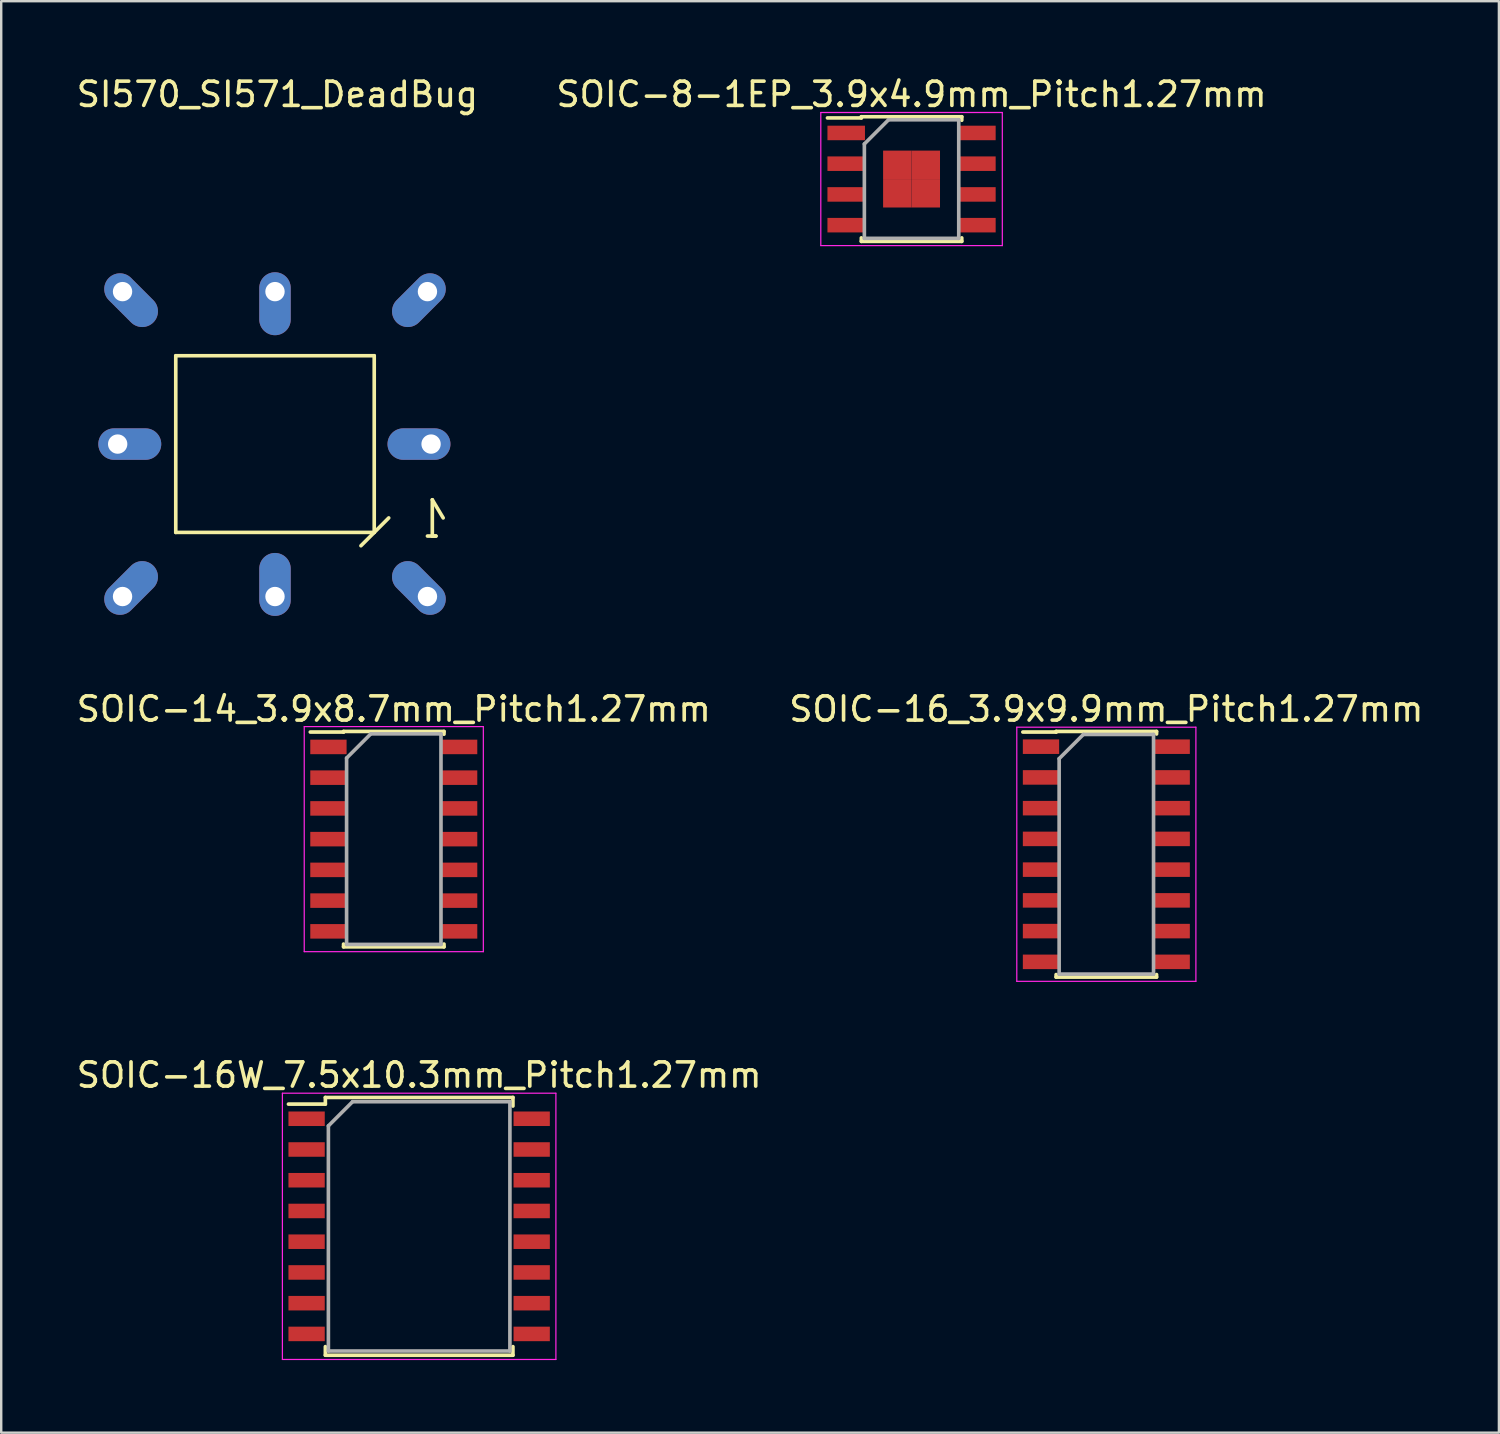
<source format=kicad_pcb>
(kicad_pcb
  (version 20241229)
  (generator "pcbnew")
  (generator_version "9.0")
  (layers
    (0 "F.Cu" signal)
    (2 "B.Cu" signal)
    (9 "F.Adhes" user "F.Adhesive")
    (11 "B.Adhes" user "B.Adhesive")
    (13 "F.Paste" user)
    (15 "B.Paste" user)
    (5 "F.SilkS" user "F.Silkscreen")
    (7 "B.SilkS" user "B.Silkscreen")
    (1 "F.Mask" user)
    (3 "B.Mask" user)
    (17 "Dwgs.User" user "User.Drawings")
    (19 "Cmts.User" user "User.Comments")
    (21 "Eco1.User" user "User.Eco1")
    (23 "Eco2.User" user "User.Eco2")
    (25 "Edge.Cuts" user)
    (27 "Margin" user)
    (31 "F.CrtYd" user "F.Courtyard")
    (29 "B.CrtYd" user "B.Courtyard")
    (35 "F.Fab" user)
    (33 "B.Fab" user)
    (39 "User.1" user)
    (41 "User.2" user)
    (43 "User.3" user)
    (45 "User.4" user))
  (footprint "SOIC-16W_7.5x10.3mm_Pitch1.27mm"
    (layer "F.Cu")
    (at 14.268 47.619)
    (property "Reference" "SOIC-16W_7.5x10.3mm_Pitch1.27mm" (at 0 -6.25 0) (layer "F.SilkS") (effects (font (size 1 1) (thickness 0.15))))
    (attr smd)
    (fp_line (start -3.875 -5.325) (end -3.875 -5.05) (stroke (width 0.15) (type solid)) (layer "F.SilkS"))
    (fp_line (start -3.875 -5.325) (end 3.875 -5.325) (stroke (width 0.15) (type solid)) (layer "F.SilkS"))
    (fp_line (start -3.875 -5.05) (end -5.4 -5.05) (stroke (width 0.15) (type solid)) (layer "F.SilkS"))
    (fp_line (start -3.875 5.325) (end -3.875 4.97) (stroke (width 0.15) (type solid)) (layer "F.SilkS"))
    (fp_line (start -3.875 5.325) (end 3.875 5.325) (stroke (width 0.15) (type solid)) (layer "F.SilkS"))
    (fp_line (start 3.875 -5.325) (end 3.875 -4.97) (stroke (width 0.15) (type solid)) (layer "F.SilkS"))
    (fp_line (start 3.875 5.325) (end 3.875 4.97) (stroke (width 0.15) (type solid)) (layer "F.SilkS"))
    (fp_line (start -5.65 -5.5) (end -5.65 5.5) (stroke (width 0.05) (type solid)) (layer "F.CrtYd"))
    (fp_line (start -5.65 -5.5) (end 5.65 -5.5) (stroke (width 0.05) (type solid)) (layer "F.CrtYd"))
    (fp_line (start -5.65 5.5) (end 5.65 5.5) (stroke (width 0.05) (type solid)) (layer "F.CrtYd"))
    (fp_line (start 5.65 -5.5) (end 5.65 5.5) (stroke (width 0.05) (type solid)) (layer "F.CrtYd"))
    (fp_line (start -3.75 -4.15) (end -2.75 -5.15) (stroke (width 0.15) (type solid)) (layer "F.Fab"))
    (fp_line (start -3.75 5.15) (end -3.75 -4.15) (stroke (width 0.15) (type solid)) (layer "F.Fab"))
    (fp_line (start -2.75 -5.15) (end 3.75 -5.15) (stroke (width 0.15) (type solid)) (layer "F.Fab"))
    (fp_line (start 3.75 -5.15) (end 3.75 5.15) (stroke (width 0.15) (type solid)) (layer "F.Fab"))
    (fp_line (start 3.75 5.15) (end -3.75 5.15) (stroke (width 0.15) (type solid)) (layer "F.Fab"))
    (pad "1" smd rect (at -4.65 -4.445) (size 1.5 0.6) (layers "F.Cu" "F.Mask" "F.Paste"))
    (pad "2" smd rect (at -4.65 -3.175) (size 1.5 0.6) (layers "F.Cu" "F.Mask" "F.Paste"))
    (pad "3" smd rect (at -4.65 -1.905) (size 1.5 0.6) (layers "F.Cu" "F.Mask" "F.Paste"))
    (pad "4" smd rect (at -4.65 -0.635) (size 1.5 0.6) (layers "F.Cu" "F.Mask" "F.Paste"))
    (pad "5" smd rect (at -4.65 0.635) (size 1.5 0.6) (layers "F.Cu" "F.Mask" "F.Paste"))
    (pad "6" smd rect (at -4.65 1.905) (size 1.5 0.6) (layers "F.Cu" "F.Mask" "F.Paste"))
    (pad "7" smd rect (at -4.65 3.175) (size 1.5 0.6) (layers "F.Cu" "F.Mask" "F.Paste"))
    (pad "8" smd rect (at -4.65 4.445) (size 1.5 0.6) (layers "F.Cu" "F.Mask" "F.Paste"))
    (pad "9" smd rect (at 4.65 4.445) (size 1.5 0.6) (layers "F.Cu" "F.Mask" "F.Paste"))
    (pad "10" smd rect (at 4.65 3.175) (size 1.5 0.6) (layers "F.Cu" "F.Mask" "F.Paste"))
    (pad "11" smd rect (at 4.65 1.905) (size 1.5 0.6) (layers "F.Cu" "F.Mask" "F.Paste"))
    (pad "12" smd rect (at 4.65 0.635) (size 1.5 0.6) (layers "F.Cu" "F.Mask" "F.Paste"))
    (pad "13" smd rect (at 4.65 -0.635) (size 1.5 0.6) (layers "F.Cu" "F.Mask" "F.Paste"))
    (pad "14" smd rect (at 4.65 -1.905) (size 1.5 0.6) (layers "F.Cu" "F.Mask" "F.Paste"))
    (pad "15" smd rect (at 4.65 -3.175) (size 1.5 0.6) (layers "F.Cu" "F.Mask" "F.Paste"))
    (pad "16" smd rect (at 4.65 -4.445) (size 1.5 0.6) (layers "F.Cu" "F.Mask" "F.Paste")))
  (footprint "SOIC-8-1EP_3.9x4.9mm_Pitch1.27mm"
    (layer "F.Cu")
    (at 34.613 4.348)
    (property "Reference" "SOIC-8-1EP_3.9x4.9mm_Pitch1.27mm" (at 0 -3.5 0) (layer "F.SilkS") (effects (font (size 1 1) (thickness 0.15))))
    (attr smd)
    (fp_line (start -2.075 -2.575) (end -2.075 -2.525) (stroke (width 0.15) (type solid)) (layer "F.SilkS"))
    (fp_line (start -2.075 -2.575) (end 2.075 -2.575) (stroke (width 0.15) (type solid)) (layer "F.SilkS"))
    (fp_line (start -2.075 -2.525) (end -3.475 -2.525) (stroke (width 0.15) (type solid)) (layer "F.SilkS"))
    (fp_line (start -2.075 2.575) (end -2.075 2.43) (stroke (width 0.15) (type solid)) (layer "F.SilkS"))
    (fp_line (start -2.075 2.575) (end 2.075 2.575) (stroke (width 0.15) (type solid)) (layer "F.SilkS"))
    (fp_line (start 2.075 -2.575) (end 2.075 -2.43) (stroke (width 0.15) (type solid)) (layer "F.SilkS"))
    (fp_line (start 2.075 2.575) (end 2.075 2.43) (stroke (width 0.15) (type solid)) (layer "F.SilkS"))
    (fp_line (start -3.75 -2.75) (end -3.75 2.75) (stroke (width 0.05) (type solid)) (layer "F.CrtYd"))
    (fp_line (start -3.75 -2.75) (end 3.75 -2.75) (stroke (width 0.05) (type solid)) (layer "F.CrtYd"))
    (fp_line (start -3.75 2.75) (end 3.75 2.75) (stroke (width 0.05) (type solid)) (layer "F.CrtYd"))
    (fp_line (start 3.75 -2.75) (end 3.75 2.75) (stroke (width 0.05) (type solid)) (layer "F.CrtYd"))
    (fp_line (start -1.95 -1.45) (end -0.95 -2.45) (stroke (width 0.15) (type solid)) (layer "F.Fab"))
    (fp_line (start -1.95 2.45) (end -1.95 -1.45) (stroke (width 0.15) (type solid)) (layer "F.Fab"))
    (fp_line (start -0.95 -2.45) (end 1.95 -2.45) (stroke (width 0.15) (type solid)) (layer "F.Fab"))
    (fp_line (start 1.95 -2.45) (end 1.95 2.45) (stroke (width 0.15) (type solid)) (layer "F.Fab"))
    (fp_line (start 1.95 2.45) (end -1.95 2.45) (stroke (width 0.15) (type solid)) (layer "F.Fab"))
    (pad "1" smd rect (at -2.7 -1.905) (size 1.55 0.6) (layers "F.Cu" "F.Mask" "F.Paste"))
    (pad "2" smd rect (at -2.7 -0.635) (size 1.55 0.6) (layers "F.Cu" "F.Mask" "F.Paste"))
    (pad "3" smd rect (at -2.7 0.635) (size 1.55 0.6) (layers "F.Cu" "F.Mask" "F.Paste"))
    (pad "4" smd rect (at -2.7 1.905) (size 1.55 0.6) (layers "F.Cu" "F.Mask" "F.Paste"))
    (pad "5" smd rect (at 2.7 1.905) (size 1.55 0.6) (layers "F.Cu" "F.Mask" "F.Paste"))
    (pad "6" smd rect (at 2.7 0.635) (size 1.55 0.6) (layers "F.Cu" "F.Mask" "F.Paste"))
    (pad "7" smd rect (at 2.7 -0.635) (size 1.55 0.6) (layers "F.Cu" "F.Mask" "F.Paste"))
    (pad "8" smd rect (at 2.7 -1.905) (size 1.55 0.6) (layers "F.Cu" "F.Mask" "F.Paste"))
    (pad "9" smd rect (at -0.588 -0.588) (size 1.175 1.175) (layers "F.Cu" "F.Mask" "F.Paste"))
    (pad "9" smd rect (at -0.588 0.588) (size 1.175 1.175) (layers "F.Cu" "F.Mask" "F.Paste"))
    (pad "9" smd rect (at 0.588 -0.588) (size 1.175 1.175) (layers "F.Cu" "F.Mask" "F.Paste"))
    (pad "9" smd rect (at 0.588 0.588) (size 1.175 1.175) (layers "F.Cu" "F.Mask" "F.Paste")))
  (footprint "SOIC-14_3.9x8.7mm_Pitch1.27mm"
    (layer "F.Cu")
    (at 13.22 31.621)
    (property "Reference" "SOIC-14_3.9x8.7mm_Pitch1.27mm" (at 0 -5.375 0) (layer "F.SilkS") (effects (font (size 1 1) (thickness 0.15))))
    (attr smd)
    (fp_line (start -2.075 -4.45) (end -2.075 -4.425) (stroke (width 0.15) (type solid)) (layer "F.SilkS"))
    (fp_line (start -2.075 -4.45) (end 2.075 -4.45) (stroke (width 0.15) (type solid)) (layer "F.SilkS"))
    (fp_line (start -2.075 -4.425) (end -3.45 -4.425) (stroke (width 0.15) (type solid)) (layer "F.SilkS"))
    (fp_line (start -2.075 4.45) (end -2.075 4.335) (stroke (width 0.15) (type solid)) (layer "F.SilkS"))
    (fp_line (start -2.075 4.45) (end 2.075 4.45) (stroke (width 0.15) (type solid)) (layer "F.SilkS"))
    (fp_line (start 2.075 -4.45) (end 2.075 -4.335) (stroke (width 0.15) (type solid)) (layer "F.SilkS"))
    (fp_line (start 2.075 4.45) (end 2.075 4.335) (stroke (width 0.15) (type solid)) (layer "F.SilkS"))
    (fp_line (start -3.7 -4.65) (end -3.7 4.65) (stroke (width 0.05) (type solid)) (layer "F.CrtYd"))
    (fp_line (start -3.7 -4.65) (end 3.7 -4.65) (stroke (width 0.05) (type solid)) (layer "F.CrtYd"))
    (fp_line (start -3.7 4.65) (end 3.7 4.65) (stroke (width 0.05) (type solid)) (layer "F.CrtYd"))
    (fp_line (start 3.7 -4.65) (end 3.7 4.65) (stroke (width 0.05) (type solid)) (layer "F.CrtYd"))
    (fp_line (start -1.95 -3.35) (end -0.95 -4.35) (stroke (width 0.15) (type solid)) (layer "F.Fab"))
    (fp_line (start -1.95 4.35) (end -1.95 -3.35) (stroke (width 0.15) (type solid)) (layer "F.Fab"))
    (fp_line (start -0.95 -4.35) (end 1.95 -4.35) (stroke (width 0.15) (type solid)) (layer "F.Fab"))
    (fp_line (start 1.95 -4.35) (end 1.95 4.35) (stroke (width 0.15) (type solid)) (layer "F.Fab"))
    (fp_line (start 1.95 4.35) (end -1.95 4.35) (stroke (width 0.15) (type solid)) (layer "F.Fab"))
    (pad "1" smd rect (at -2.7 -3.81) (size 1.5 0.6) (layers "F.Cu" "F.Mask" "F.Paste"))
    (pad "2" smd rect (at -2.7 -2.54) (size 1.5 0.6) (layers "F.Cu" "F.Mask" "F.Paste"))
    (pad "3" smd rect (at -2.7 -1.27) (size 1.5 0.6) (layers "F.Cu" "F.Mask" "F.Paste"))
    (pad "4" smd rect (at -2.7 0) (size 1.5 0.6) (layers "F.Cu" "F.Mask" "F.Paste"))
    (pad "5" smd rect (at -2.7 1.27) (size 1.5 0.6) (layers "F.Cu" "F.Mask" "F.Paste"))
    (pad "6" smd rect (at -2.7 2.54) (size 1.5 0.6) (layers "F.Cu" "F.Mask" "F.Paste"))
    (pad "7" smd rect (at -2.7 3.81) (size 1.5 0.6) (layers "F.Cu" "F.Mask" "F.Paste"))
    (pad "8" smd rect (at 2.7 3.81) (size 1.5 0.6) (layers "F.Cu" "F.Mask" "F.Paste"))
    (pad "9" smd rect (at 2.7 2.54) (size 1.5 0.6) (layers "F.Cu" "F.Mask" "F.Paste"))
    (pad "10" smd rect (at 2.7 1.27) (size 1.5 0.6) (layers "F.Cu" "F.Mask" "F.Paste"))
    (pad "11" smd rect (at 2.7 0) (size 1.5 0.6) (layers "F.Cu" "F.Mask" "F.Paste"))
    (pad "12" smd rect (at 2.7 -1.27) (size 1.5 0.6) (layers "F.Cu" "F.Mask" "F.Paste"))
    (pad "13" smd rect (at 2.7 -2.54) (size 1.5 0.6) (layers "F.Cu" "F.Mask" "F.Paste"))
    (pad "14" smd rect (at 2.7 -3.81) (size 1.5 0.6) (layers "F.Cu" "F.Mask" "F.Paste")))
  (footprint "SI570_SI571_DeadBug"
    (layer "F.Cu")
    (at 8.312 15.298)
    (property "Reference" "SI570_SI571_DeadBug" (at 0.099 -14.45 0) (layer "F.SilkS") (effects (font (size 1 1) (thickness 0.15))))
    (attr smd)
    (fp_line (start -4.1 -3.65) (end -4.1 3.65) (stroke (width 0.15) (type solid)) (layer "F.SilkS"))
    (fp_line (start -4.1 3.65) (end 4.1 3.65) (stroke (width 0.15) (type solid)) (layer "F.SilkS"))
    (fp_line (start 3.551 4.201) (end 4.699 3.051) (stroke (width 0.15) (type solid)) (layer "F.SilkS"))
    (fp_line (start 4.1 -3.65) (end -4.1 -3.65) (stroke (width 0.15) (type solid)) (layer "F.SilkS"))
    (fp_line (start 4.1 3.65) (end 4.1 -3.65) (stroke (width 0.15) (type solid)) (layer "F.SilkS"))
    (fp_line (start 6.5 2.301) (end 6.5 3.8) (stroke (width 0.15) (type solid)) (layer "F.SilkS"))
    (fp_line (start 6.5 3.8) (end 6.65 3.8) (stroke (width 0.15) (type solid)) (layer "F.SilkS"))
    (fp_line (start 6.65 3.8) (end 6.299 3.8) (stroke (width 0.15) (type solid)) (layer "F.SilkS"))
    (fp_line (start 6.949 3.051) (end 6.5 2.301) (stroke (width 0.15) (type solid)) (layer "F.SilkS"))
    (pad "1" thru_hole oval (at 6.299 6.299 135) (size 2.601 1.3) (drill 0.8 (offset 0.5 0)) (layers "*.Cu" "*.Mask"))
    (pad "2" thru_hole oval (at 0 6.299 90) (size 2.601 1.3) (drill 0.8 (offset 0.5 0)) (layers "*.Cu" "*.Mask"))
    (pad "3" thru_hole oval (at -6.299 6.299 45) (size 2.601 1.3) (drill 0.8 (offset 0.5 0)) (layers "*.Cu" "*.Mask"))
    (pad "4" thru_hole oval (at -6.299 -6.299 315) (size 2.601 1.3) (drill 0.8 (offset 0.5 0)) (layers "*.Cu" "*.Mask"))
    (pad "5" thru_hole oval (at 0 -6.299 270) (size 2.601 1.3) (drill 0.8 (offset 0.5 0)) (layers "*.Cu" "*.Mask"))
    (pad "6" thru_hole oval (at 6.299 -6.299 225) (size 2.601 1.3) (drill 0.8 (offset 0.5 0)) (layers "*.Cu" "*.Mask"))
    (pad "7" thru_hole oval (at 6.449 0 180) (size 2.601 1.3) (drill 0.8 (offset 0.5 0)) (layers "*.Cu" "*.Mask"))
    (pad "8" thru_hole oval (at -6.5 0) (size 2.601 1.3) (drill 0.8 (offset 0.5 0)) (layers "*.Cu" "*.Mask")))
  (footprint "SOIC-16_3.9x9.9mm_Pitch1.27mm"
    (layer "F.Cu")
    (at 42.661 32.246)
    (property "Reference" "SOIC-16_3.9x9.9mm_Pitch1.27mm" (at 0 -6 0) (layer "F.SilkS") (effects (font (size 1 1) (thickness 0.15))))
    (attr smd)
    (fp_line (start -2.075 -5.075) (end -2.075 -5.05) (stroke (width 0.15) (type solid)) (layer "F.SilkS"))
    (fp_line (start -2.075 -5.075) (end 2.075 -5.075) (stroke (width 0.15) (type solid)) (layer "F.SilkS"))
    (fp_line (start -2.075 -5.05) (end -3.45 -5.05) (stroke (width 0.15) (type solid)) (layer "F.SilkS"))
    (fp_line (start -2.075 5.075) (end -2.075 4.97) (stroke (width 0.15) (type solid)) (layer "F.SilkS"))
    (fp_line (start -2.075 5.075) (end 2.075 5.075) (stroke (width 0.15) (type solid)) (layer "F.SilkS"))
    (fp_line (start 2.075 -5.075) (end 2.075 -4.97) (stroke (width 0.15) (type solid)) (layer "F.SilkS"))
    (fp_line (start 2.075 5.075) (end 2.075 4.97) (stroke (width 0.15) (type solid)) (layer "F.SilkS"))
    (fp_line (start -3.7 -5.25) (end -3.7 5.25) (stroke (width 0.05) (type solid)) (layer "F.CrtYd"))
    (fp_line (start -3.7 -5.25) (end 3.7 -5.25) (stroke (width 0.05) (type solid)) (layer "F.CrtYd"))
    (fp_line (start -3.7 5.25) (end 3.7 5.25) (stroke (width 0.05) (type solid)) (layer "F.CrtYd"))
    (fp_line (start 3.7 -5.25) (end 3.7 5.25) (stroke (width 0.05) (type solid)) (layer "F.CrtYd"))
    (fp_line (start -1.95 -3.95) (end -0.95 -4.95) (stroke (width 0.15) (type solid)) (layer "F.Fab"))
    (fp_line (start -1.95 4.95) (end -1.95 -3.95) (stroke (width 0.15) (type solid)) (layer "F.Fab"))
    (fp_line (start -0.95 -4.95) (end 1.95 -4.95) (stroke (width 0.15) (type solid)) (layer "F.Fab"))
    (fp_line (start 1.95 -4.95) (end 1.95 4.95) (stroke (width 0.15) (type solid)) (layer "F.Fab"))
    (fp_line (start 1.95 4.95) (end -1.95 4.95) (stroke (width 0.15) (type solid)) (layer "F.Fab"))
    (pad "1" smd rect (at -2.7 -4.445) (size 1.5 0.6) (layers "F.Cu" "F.Mask" "F.Paste"))
    (pad "2" smd rect (at -2.7 -3.175) (size 1.5 0.6) (layers "F.Cu" "F.Mask" "F.Paste"))
    (pad "3" smd rect (at -2.7 -1.905) (size 1.5 0.6) (layers "F.Cu" "F.Mask" "F.Paste"))
    (pad "4" smd rect (at -2.7 -0.635) (size 1.5 0.6) (layers "F.Cu" "F.Mask" "F.Paste"))
    (pad "5" smd rect (at -2.7 0.635) (size 1.5 0.6) (layers "F.Cu" "F.Mask" "F.Paste"))
    (pad "6" smd rect (at -2.7 1.905) (size 1.5 0.6) (layers "F.Cu" "F.Mask" "F.Paste"))
    (pad "7" smd rect (at -2.7 3.175) (size 1.5 0.6) (layers "F.Cu" "F.Mask" "F.Paste"))
    (pad "8" smd rect (at -2.7 4.445) (size 1.5 0.6) (layers "F.Cu" "F.Mask" "F.Paste"))
    (pad "9" smd rect (at 2.7 4.445) (size 1.5 0.6) (layers "F.Cu" "F.Mask" "F.Paste"))
    (pad "10" smd rect (at 2.7 3.175) (size 1.5 0.6) (layers "F.Cu" "F.Mask" "F.Paste"))
    (pad "11" smd rect (at 2.7 1.905) (size 1.5 0.6) (layers "F.Cu" "F.Mask" "F.Paste"))
    (pad "12" smd rect (at 2.7 0.635) (size 1.5 0.6) (layers "F.Cu" "F.Mask" "F.Paste"))
    (pad "13" smd rect (at 2.7 -0.635) (size 1.5 0.6) (layers "F.Cu" "F.Mask" "F.Paste"))
    (pad "14" smd rect (at 2.7 -1.905) (size 1.5 0.6) (layers "F.Cu" "F.Mask" "F.Paste"))
    (pad "15" smd rect (at 2.7 -3.175) (size 1.5 0.6) (layers "F.Cu" "F.Mask" "F.Paste"))
    (pad "16" smd rect (at 2.7 -4.445) (size 1.5 0.6) (layers "F.Cu" "F.Mask" "F.Paste")))
  (gr_rect
    (start -3 -3)
    (end 58.881 56.144)
    (stroke (width 0.1) (type default))
    (fill no)
    (layer "Edge.Cuts")))
</source>
